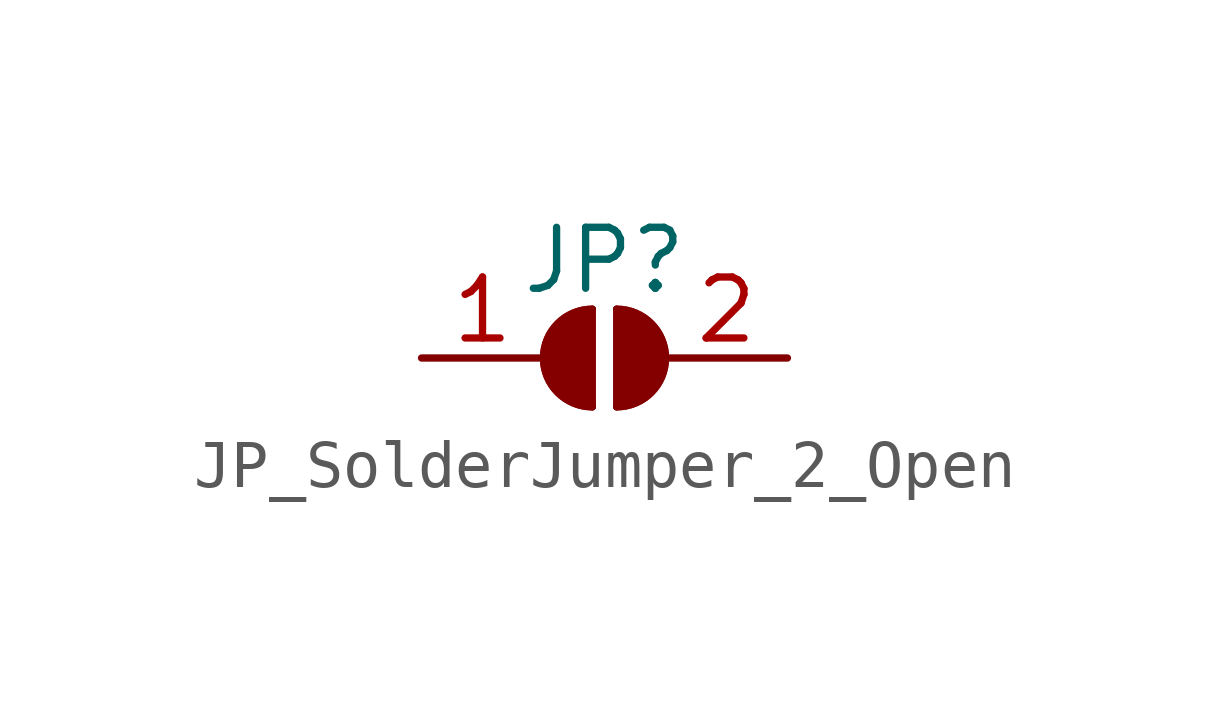
<source format=kicad_sym>
(kicad_symbol_lib
  (version 20211014)
  (generator kicad_symbol_editor)
  (symbol "JP_SolderJumper_2_Open"
    (pin_names
      (offset 0) hide)
    (property "Reference" "JP"
      (at 0 2.032 0)
      (effects (font (size 1.27 1.27))))
    (symbol "JP_SolderJumper_2_Open_0_1"
      (arc (start -0.254 1.016) (mid -1.27 0) (end -0.254 -1.016) (stroke (width 0) (type default) (color 0 0 0 0)) (fill (type none)))
      (arc (start -0.254 1.016) (mid -1.27 0) (end -0.254 -1.016) (stroke (width 0) (type default) (color 0 0 0 0)) (fill (type outline)))
      (polyline (pts (xy -0.254 1.016) (xy -0.254 -1.016)) (stroke (width 0) (type default) (color 0 0 0 0)) (fill (type none)))
      (polyline (pts (xy 0.254 1.016) (xy 0.254 -1.016)) (stroke (width 0) (type default) (color 0 0 0 0)) (fill (type none)))
      (arc (start 0.254 -1.016) (mid 1.27 0) (end 0.254 1.016) (stroke (width 0) (type default) (color 0 0 0 0)) (fill (type none)))
      (arc (start 0.254 -1.016) (mid 1.27 0) (end 0.254 1.016) (stroke (width 0) (type default) (color 0 0 0 0)) (fill (type outline))))
    (symbol "JP_SolderJumper_2_Open_1_1"
      (pin passive line (at -3.81 0 0) (length 2.54) (name "A" (effects (font (size 1.27 1.27)))) (number "1" (effects (font (size 1.27 1.27)))))
      (pin passive line (at 3.81 0 180) (length 2.54) (name "B" (effects (font (size 1.27 1.27)))) (number "2" (effects (font (size 1.27 1.27))))))))
</source>
